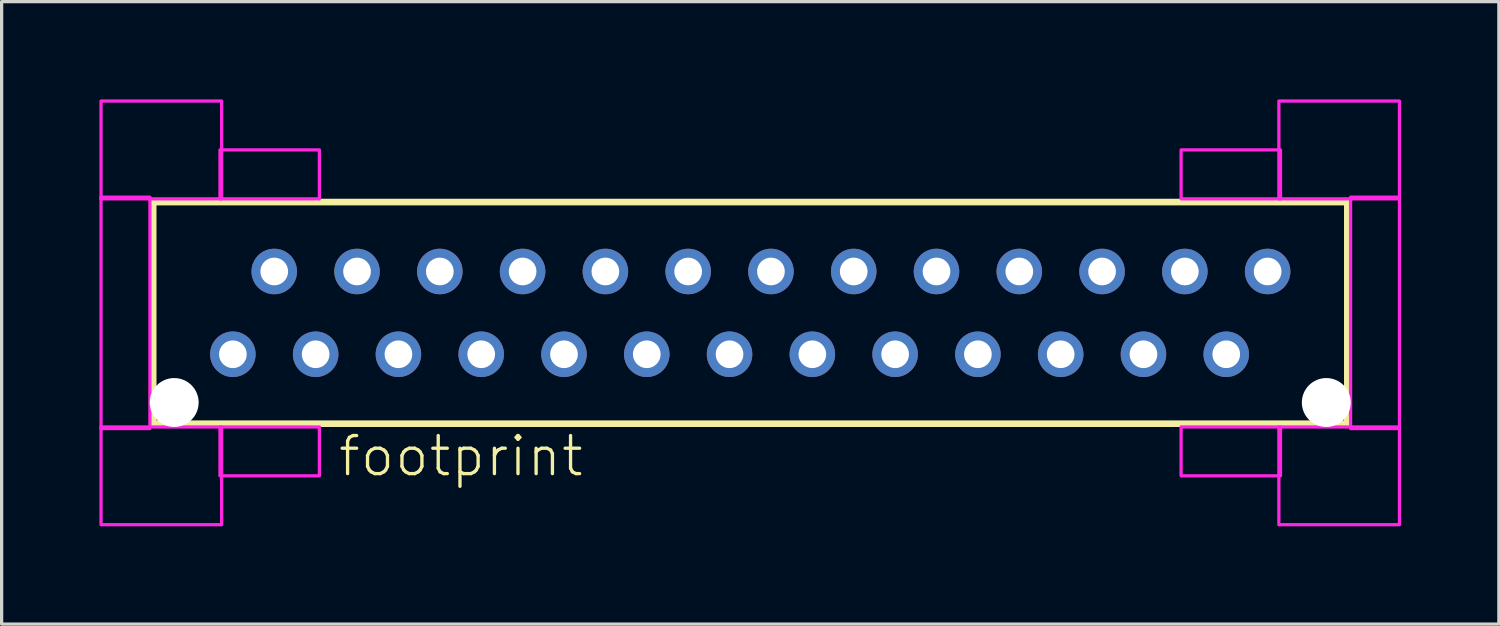
<source format=kicad_pcb>
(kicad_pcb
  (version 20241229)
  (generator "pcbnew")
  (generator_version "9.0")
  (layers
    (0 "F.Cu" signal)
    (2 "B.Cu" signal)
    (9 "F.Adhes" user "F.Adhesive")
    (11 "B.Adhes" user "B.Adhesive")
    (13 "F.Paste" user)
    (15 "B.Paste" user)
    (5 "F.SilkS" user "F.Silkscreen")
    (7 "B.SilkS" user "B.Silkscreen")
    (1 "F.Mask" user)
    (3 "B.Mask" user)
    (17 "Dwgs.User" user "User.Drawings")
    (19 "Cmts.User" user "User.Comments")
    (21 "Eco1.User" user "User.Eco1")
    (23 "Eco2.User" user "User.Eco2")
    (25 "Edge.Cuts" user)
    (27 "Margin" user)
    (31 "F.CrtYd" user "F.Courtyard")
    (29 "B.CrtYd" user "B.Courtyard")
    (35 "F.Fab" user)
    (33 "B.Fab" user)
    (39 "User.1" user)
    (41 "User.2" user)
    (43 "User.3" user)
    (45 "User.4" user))
  (footprint "footprint"
    (layer "F.Cu")
    (at 19.97 6.55)
    (property "Reference" "footprint" (at -12.7 5.08 0) (layer "F.SilkS") (effects (font (size 1.168 1.168) (thickness 0.102)) (justify left bottom)))
    (fp_line (start -18.32 -3.4) (end 18.32 -3.4) (stroke (width 0.203) (type solid)) (layer "F.SilkS"))
    (fp_line (start -18.32 3.4) (end -18.32 -3.4) (stroke (width 0.203) (type solid)) (layer "F.SilkS"))
    (fp_line (start 18.32 -3.4) (end 18.32 3.4) (stroke (width 0.203) (type solid)) (layer "F.SilkS"))
    (fp_line (start 18.32 3.4) (end -18.32 3.4) (stroke (width 0.203) (type solid)) (layer "F.SilkS"))
    (fp_poly (pts (xy -19.92 -3.5) (xy -16.22 -3.5) (xy -16.22 -6.5) (xy -19.92 -6.5)) (stroke (width 0.1) (type solid)) (fill no) (layer "F.CrtYd"))
    (fp_poly (pts (xy -19.92 3.55) (xy -18.42 3.55) (xy -18.42 -3.55) (xy -19.92 -3.55)) (stroke (width 0.1) (type solid)) (fill no) (layer "F.CrtYd"))
    (fp_poly (pts (xy -19.92 6.5) (xy -16.22 6.5) (xy -16.22 3.5) (xy -19.92 3.5)) (stroke (width 0.1) (type solid)) (fill no) (layer "F.CrtYd"))
    (fp_poly (pts (xy -16.27 -3.5) (xy -13.22 -3.5) (xy -13.22 -5) (xy -16.27 -5)) (stroke (width 0.1) (type solid)) (fill no) (layer "F.CrtYd"))
    (fp_poly (pts (xy -16.27 5) (xy -13.22 5) (xy -13.22 3.5) (xy -16.27 3.5)) (stroke (width 0.1) (type solid)) (fill no) (layer "F.CrtYd"))
    (fp_poly (pts (xy 13.22 -3.5) (xy 16.27 -3.5) (xy 16.27 -5) (xy 13.22 -5)) (stroke (width 0.1) (type solid)) (fill no) (layer "F.CrtYd"))
    (fp_poly (pts (xy 13.22 5) (xy 16.27 5) (xy 16.27 3.5) (xy 13.22 3.5)) (stroke (width 0.1) (type solid)) (fill no) (layer "F.CrtYd"))
    (fp_poly (pts (xy 16.22 -3.5) (xy 19.92 -3.5) (xy 19.92 -6.5) (xy 16.22 -6.5)) (stroke (width 0.1) (type solid)) (fill no) (layer "F.CrtYd"))
    (fp_poly (pts (xy 16.22 6.5) (xy 19.92 6.5) (xy 19.92 3.5) (xy 16.22 3.5)) (stroke (width 0.1) (type solid)) (fill no) (layer "F.CrtYd"))
    (fp_poly (pts (xy 18.42 3.55) (xy 19.92 3.55) (xy 19.92 -3.55) (xy 18.42 -3.55)) (stroke (width 0.1) (type solid)) (fill no) (layer "F.CrtYd"))
    (pad "" np_thru_hole circle (at -17.675 2.75) (size 1.5 1.5) (drill 1.5) (layers "*.Cu" "*.Mask"))
    (pad "" np_thru_hole circle (at 17.675 2.75) (size 1.5 1.5) (drill 1.5) (layers "*.Cu" "*.Mask"))
    (pad "1" thru_hole circle (at -15.875 1.27) (size 1.397 1.397) (drill 0.85) (layers "*.Cu" "*.Mask"))
    (pad "2" thru_hole circle (at -14.605 -1.27) (size 1.397 1.397) (drill 0.85) (layers "*.Cu" "*.Mask"))
    (pad "3" thru_hole circle (at -13.335 1.27) (size 1.397 1.397) (drill 0.85) (layers "*.Cu" "*.Mask"))
    (pad "4" thru_hole circle (at -12.065 -1.27) (size 1.397 1.397) (drill 0.85) (layers "*.Cu" "*.Mask"))
    (pad "5" thru_hole circle (at -10.795 1.27) (size 1.397 1.397) (drill 0.85) (layers "*.Cu" "*.Mask"))
    (pad "6" thru_hole circle (at -9.525 -1.27) (size 1.397 1.397) (drill 0.85) (layers "*.Cu" "*.Mask"))
    (pad "7" thru_hole circle (at -8.255 1.27) (size 1.397 1.397) (drill 0.85) (layers "*.Cu" "*.Mask"))
    (pad "8" thru_hole circle (at -6.985 -1.27) (size 1.397 1.397) (drill 0.85) (layers "*.Cu" "*.Mask"))
    (pad "9" thru_hole circle (at -5.715 1.27) (size 1.397 1.397) (drill 0.85) (layers "*.Cu" "*.Mask"))
    (pad "10" thru_hole circle (at -4.445 -1.27) (size 1.397 1.397) (drill 0.85) (layers "*.Cu" "*.Mask"))
    (pad "11" thru_hole circle (at -3.175 1.27) (size 1.397 1.397) (drill 0.85) (layers "*.Cu" "*.Mask"))
    (pad "12" thru_hole circle (at -1.905 -1.27) (size 1.397 1.397) (drill 0.85) (layers "*.Cu" "*.Mask"))
    (pad "13" thru_hole circle (at -0.635 1.27) (size 1.397 1.397) (drill 0.85) (layers "*.Cu" "*.Mask"))
    (pad "14" thru_hole circle (at 0.635 -1.27) (size 1.397 1.397) (drill 0.85) (layers "*.Cu" "*.Mask"))
    (pad "15" thru_hole circle (at 1.905 1.27) (size 1.397 1.397) (drill 0.85) (layers "*.Cu" "*.Mask"))
    (pad "16" thru_hole circle (at 3.175 -1.27) (size 1.397 1.397) (drill 0.85) (layers "*.Cu" "*.Mask"))
    (pad "17" thru_hole circle (at 4.445 1.27) (size 1.397 1.397) (drill 0.85) (layers "*.Cu" "*.Mask"))
    (pad "18" thru_hole circle (at 5.715 -1.27) (size 1.397 1.397) (drill 0.85) (layers "*.Cu" "*.Mask"))
    (pad "19" thru_hole circle (at 6.985 1.27) (size 1.397 1.397) (drill 0.85) (layers "*.Cu" "*.Mask"))
    (pad "20" thru_hole circle (at 8.255 -1.27) (size 1.397 1.397) (drill 0.85) (layers "*.Cu" "*.Mask"))
    (pad "21" thru_hole circle (at 9.525 1.27) (size 1.397 1.397) (drill 0.85) (layers "*.Cu" "*.Mask"))
    (pad "22" thru_hole circle (at 10.795 -1.27) (size 1.397 1.397) (drill 0.85) (layers "*.Cu" "*.Mask"))
    (pad "23" thru_hole circle (at 12.065 1.27) (size 1.397 1.397) (drill 0.85) (layers "*.Cu" "*.Mask"))
    (pad "24" thru_hole circle (at 13.335 -1.27) (size 1.397 1.397) (drill 0.85) (layers "*.Cu" "*.Mask"))
    (pad "25" thru_hole circle (at 14.605 1.27) (size 1.397 1.397) (drill 0.85) (layers "*.Cu" "*.Mask"))
    (pad "26" thru_hole circle (at 15.875 -1.27) (size 1.397 1.397) (drill 0.85) (layers "*.Cu" "*.Mask")))
  (gr_rect
    (start -3 -3)
    (end 42.94 16.1)
    (stroke (width 0.1) (type default))
    (fill no)
    (layer "Edge.Cuts")))
</source>
